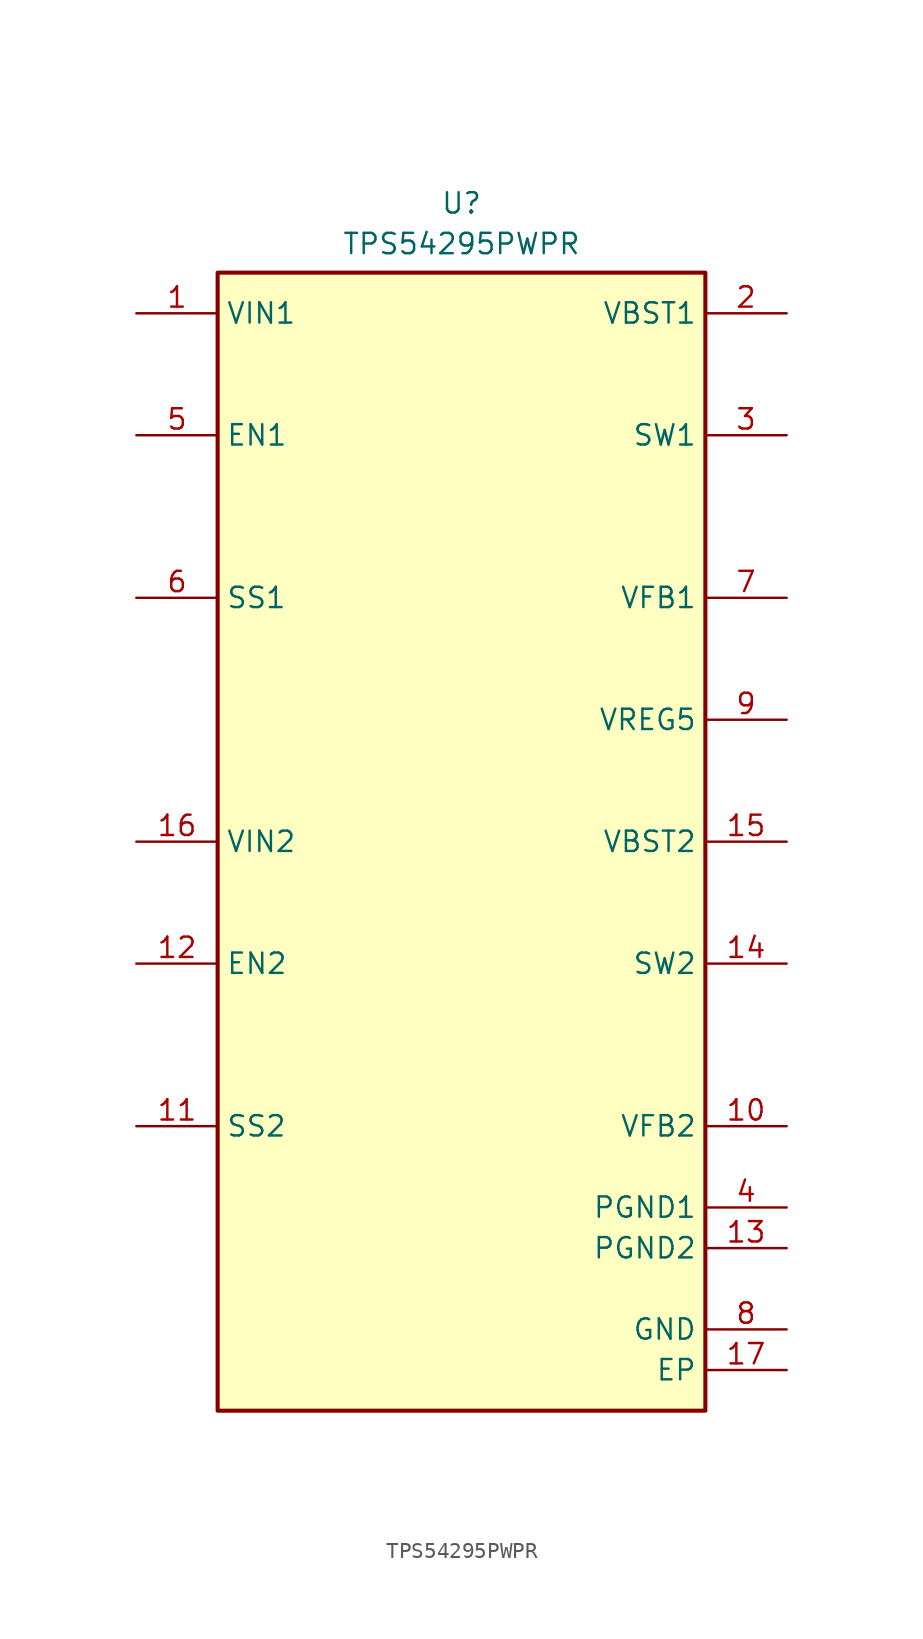
<source format=kicad_sym>
(kicad_symbol_lib
  (version 20220914)
  (generator kicad_symbol_editor)
  (symbol "TPS54295PWPR"
    (property "Reference" "U"
      (at 0 26.67 0)
      (effects (font (size 1.27 1.27)) (justify top)))
    (property "Value" "TPS54295PWPR"
      (at 0 24.13 0)
      (effects (font (size 1.27 1.27)) (justify top)))
    (symbol "TPS54295PWPR_1_1"
      (rectangle (start -15.24 21.59) (end 15.24 -49.53) (stroke (width 0.254) (type default)) (fill (type background)))
      (pin passive line (at -20.32 19.05 0) (length 5.08) (name "VIN1" (effects (font (size 1.27 1.27)))) (number "1" (effects (font (size 1.27 1.27)))))
      (pin passive line (at 20.32 -31.75 180) (length 5.08) (name "VFB2" (effects (font (size 1.27 1.27)))) (number "10" (effects (font (size 1.27 1.27)))))
      (pin passive line (at -20.32 -31.75 0) (length 5.08) (name "SS2" (effects (font (size 1.27 1.27)))) (number "11" (effects (font (size 1.27 1.27)))))
      (pin passive line (at -20.32 -21.59 0) (length 5.08) (name "EN2" (effects (font (size 1.27 1.27)))) (number "12" (effects (font (size 1.27 1.27)))))
      (pin passive line (at 20.32 -39.37 180) (length 5.08) (name "PGND2" (effects (font (size 1.27 1.27)))) (number "13" (effects (font (size 1.27 1.27)))))
      (pin passive line (at 20.32 -21.59 180) (length 5.08) (name "SW2" (effects (font (size 1.27 1.27)))) (number "14" (effects (font (size 1.27 1.27)))))
      (pin passive line (at 20.32 -13.97 180) (length 5.08) (name "VBST2" (effects (font (size 1.27 1.27)))) (number "15" (effects (font (size 1.27 1.27)))))
      (pin passive line (at -20.32 -13.97 0) (length 5.08) (name "VIN2" (effects (font (size 1.27 1.27)))) (number "16" (effects (font (size 1.27 1.27)))))
      (pin passive line (at 20.32 -46.99 180) (length 5.08) (name "EP" (effects (font (size 1.27 1.27)))) (number "17" (effects (font (size 1.27 1.27)))))
      (pin passive line (at 20.32 19.05 180) (length 5.08) (name "VBST1" (effects (font (size 1.27 1.27)))) (number "2" (effects (font (size 1.27 1.27)))))
      (pin passive line (at 20.32 11.43 180) (length 5.08) (name "SW1" (effects (font (size 1.27 1.27)))) (number "3" (effects (font (size 1.27 1.27)))))
      (pin passive line (at 20.32 -36.83 180) (length 5.08) (name "PGND1" (effects (font (size 1.27 1.27)))) (number "4" (effects (font (size 1.27 1.27)))))
      (pin passive line (at -20.32 11.43 0) (length 5.08) (name "EN1" (effects (font (size 1.27 1.27)))) (number "5" (effects (font (size 1.27 1.27)))))
      (pin passive line (at -20.32 1.27 0) (length 5.08) (name "SS1" (effects (font (size 1.27 1.27)))) (number "6" (effects (font (size 1.27 1.27)))))
      (pin passive line (at 20.32 1.27 180) (length 5.08) (name "VFB1" (effects (font (size 1.27 1.27)))) (number "7" (effects (font (size 1.27 1.27)))))
      (pin passive line (at 20.32 -44.45 180) (length 5.08) (name "GND" (effects (font (size 1.27 1.27)))) (number "8" (effects (font (size 1.27 1.27)))))
      (pin passive line (at 20.32 -6.35 180) (length 5.08) (name "VREG5" (effects (font (size 1.27 1.27)))) (number "9" (effects (font (size 1.27 1.27))))))))
</source>
